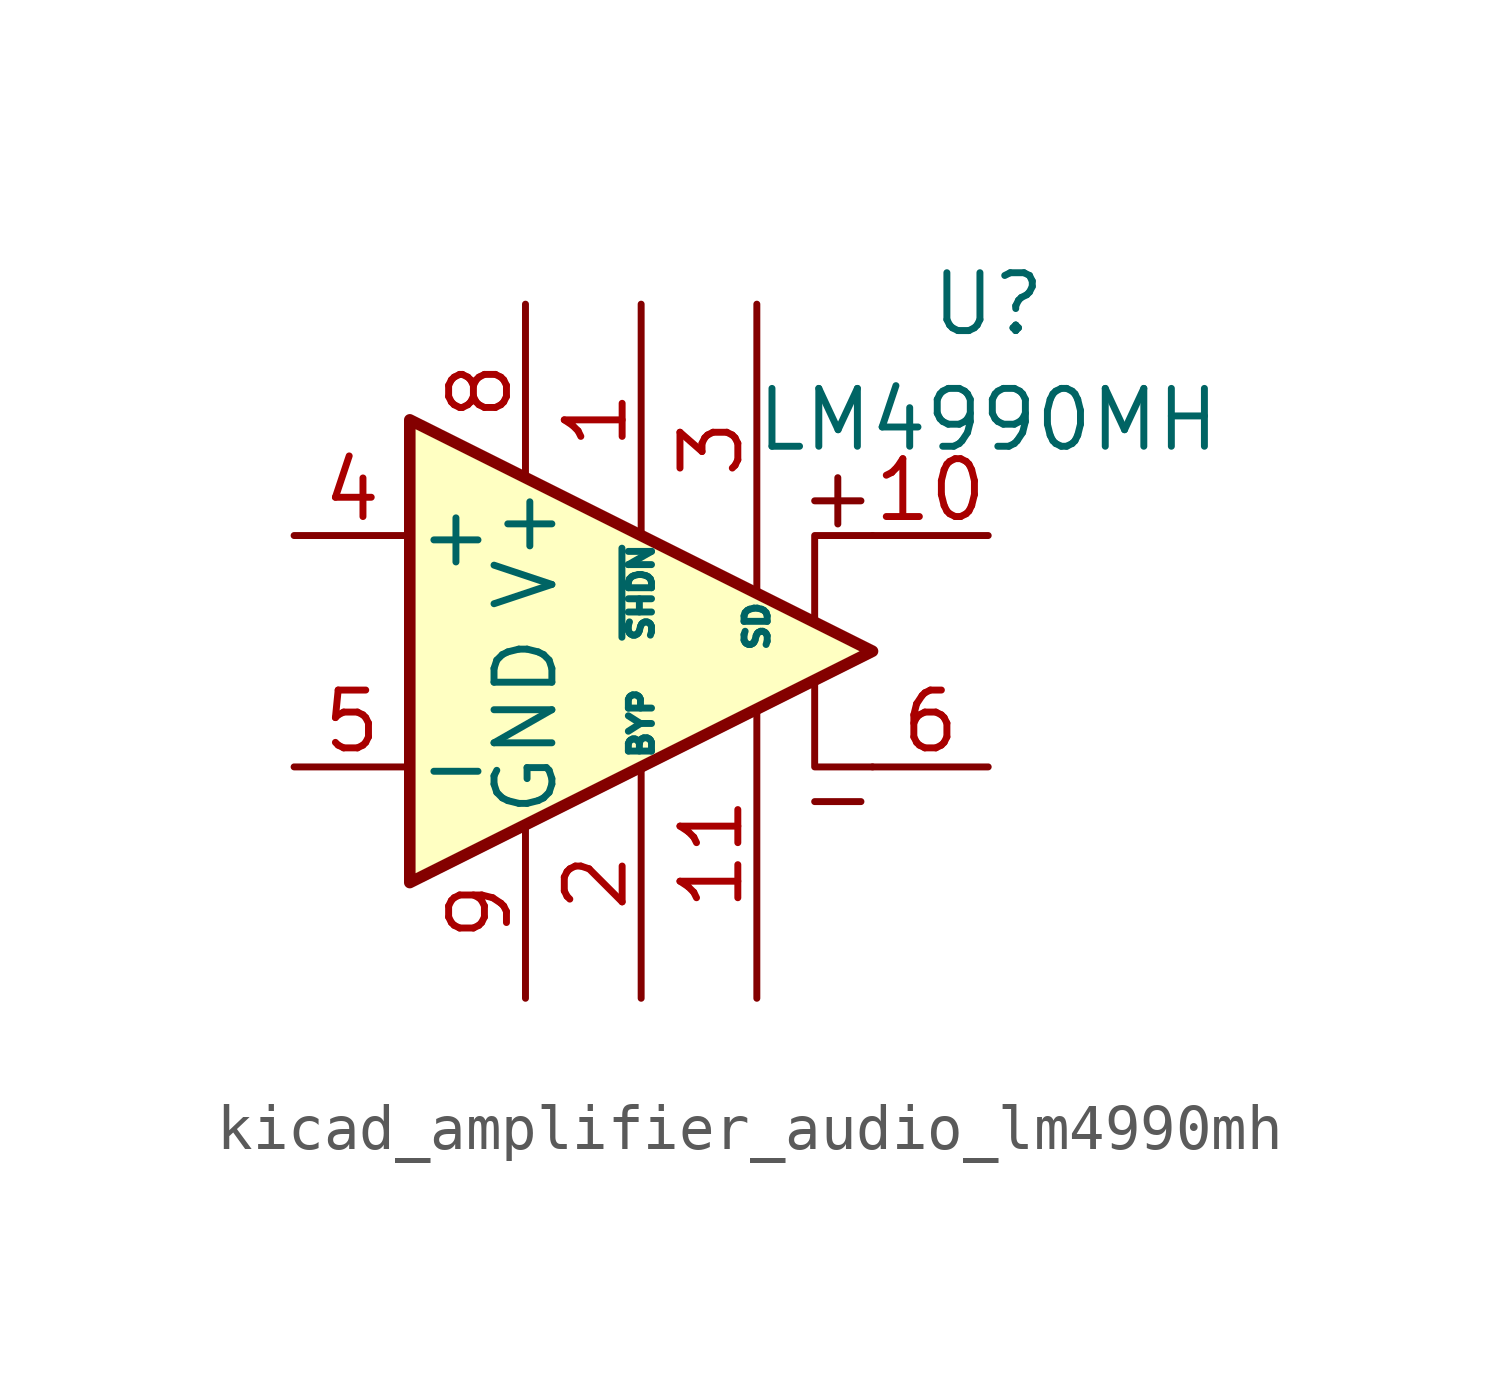
<source format=kicad_sym>
(kicad_symbol_lib
  (version 20220914)
  (generator kicad_symbol_editor)
  (symbol "kicad_amplifier_audio_lm4990mh"
    (pin_names
      (offset 0.127))
    (property "Reference" "U"
      (at 7.62 7.62 0)
      (effects (font (size 1.27 1.27))))
    (property "Value" "LM4990MH"
      (at 7.62 5.08 0)
      (effects (font (size 1.27 1.27))))
    (symbol "kicad_amplifier_audio_lm4990mh_0_1"
      (polyline (pts (xy 3.81 -0.635) (xy 3.81 -2.54) (xy 5.08 -2.54)) (stroke (width 0) (type default)) (fill (type none)))
      (polyline (pts (xy 5.08 2.54) (xy 3.81 2.54) (xy 3.81 0.635)) (stroke (width 0) (type default)) (fill (type none)))
      (polyline (pts (xy -5.08 5.08) (xy 5.08 0) (xy -5.08 -5.08) (xy -5.08 5.08)) (stroke (width 0.254) (type default)) (fill (type background))))
    (symbol "kicad_amplifier_audio_lm4990mh_1_1"
      (polyline (pts (xy 3.81 -3.302) (xy 4.826 -3.302)) (stroke (width 0) (type default)) (fill (type none)))
      (polyline (pts (xy 4.318 3.81) (xy 4.318 2.794)) (stroke (width 0) (type default)) (fill (type none)))
      (polyline (pts (xy 4.826 3.302) (xy 3.81 3.302)) (stroke (width 0) (type default)) (fill (type none)))
      (pin output line (at 0 7.62 270) (length 5.08) (name "~{SHDN}" (effects (font (size 0.508 0.508)))) (number "1" (effects (font (size 1.27 1.27)))))
      (pin output line (at 7.62 2.54 180) (length 2.54) (name "~" (effects (font (size 1.27 1.27)))) (number "10" (effects (font (size 1.27 1.27)))))
      (pin power_in line (at 2.54 -7.62 90) (length 6.35) (name "~" (effects (font (size 1.27 1.27)))) (number "11" (effects (font (size 1.27 1.27)))))
      (pin input line (at 0 -7.62 90) (length 5.08) (name "BYP" (effects (font (size 0.508 0.508)))) (number "2" (effects (font (size 1.27 1.27)))))
      (pin input line (at 2.54 7.62 270) (length 6.35) (name "SD" (effects (font (size 0.508 0.508)))) (number "3" (effects (font (size 1.27 1.27)))))
      (pin input line (at -7.62 2.54 0) (length 2.54) (name "+" (effects (font (size 1.27 1.27)))) (number "4" (effects (font (size 1.27 1.27)))))
      (pin input line (at -7.62 -2.54 0) (length 2.54) (name "-" (effects (font (size 1.27 1.27)))) (number "5" (effects (font (size 1.27 1.27)))))
      (pin output line (at 7.62 -2.54 180) (length 2.54) (name "~" (effects (font (size 1.27 1.27)))) (number "6" (effects (font (size 1.27 1.27)))))
      (pin no_connect line (at 0 2.54 270) (length 2.54) hide (name "NC" (effects (font (size 1.27 1.27)))) (number "7" (effects (font (size 1.27 1.27)))))
      (pin power_in line (at -2.54 7.62 270) (length 3.81) (name "V+" (effects (font (size 1.27 1.27)))) (number "8" (effects (font (size 1.27 1.27)))))
      (pin power_in line (at -2.54 -7.62 90) (length 3.81) (name "GND" (effects (font (size 1.27 1.27)))) (number "9" (effects (font (size 1.27 1.27))))))))
</source>
